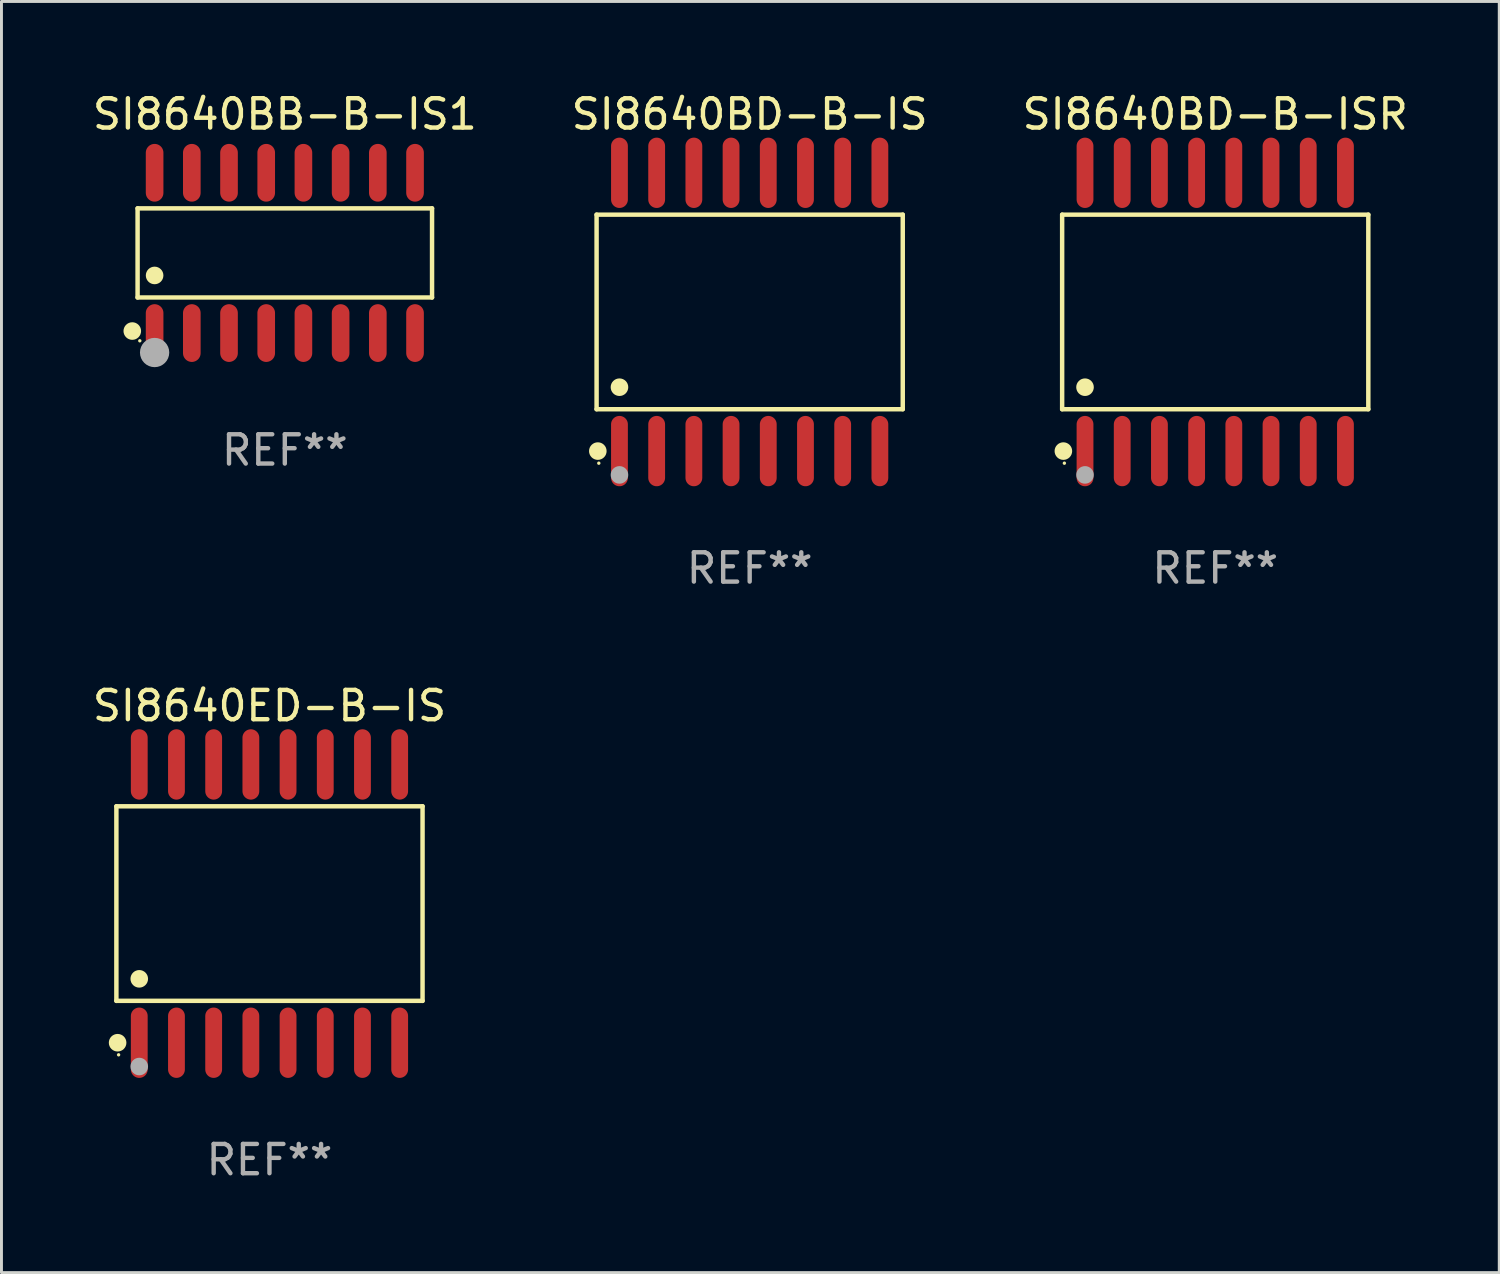
<source format=kicad_pcb>
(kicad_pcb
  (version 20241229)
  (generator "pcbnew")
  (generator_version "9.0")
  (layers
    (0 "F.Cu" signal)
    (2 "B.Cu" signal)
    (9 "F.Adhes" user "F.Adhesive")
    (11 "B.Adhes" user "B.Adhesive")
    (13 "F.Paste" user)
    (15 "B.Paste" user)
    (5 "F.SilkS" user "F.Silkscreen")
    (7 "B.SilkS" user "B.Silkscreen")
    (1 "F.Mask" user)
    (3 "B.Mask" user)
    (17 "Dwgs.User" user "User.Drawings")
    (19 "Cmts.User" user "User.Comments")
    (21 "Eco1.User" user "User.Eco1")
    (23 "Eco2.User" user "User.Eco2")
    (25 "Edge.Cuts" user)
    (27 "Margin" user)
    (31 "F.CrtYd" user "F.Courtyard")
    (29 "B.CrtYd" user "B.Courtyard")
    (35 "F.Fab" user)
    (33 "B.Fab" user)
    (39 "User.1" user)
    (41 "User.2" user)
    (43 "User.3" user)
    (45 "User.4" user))
  (footprint "SI8640BB-B-IS1"
    (layer "F.Cu")
    (at 6.673 5.584)
    (property "Reference" "SI8640BB-B-IS1" (at 0 -4.736 0) (layer "F.SilkS") (effects (font (size 1 1) (thickness 0.15))))
    (attr through_hole)
    (fp_line (start -5.026 -1.521) (end 5.026 -1.521) (stroke (width 0.152) (type solid)) (layer "F.SilkS"))
    (fp_line (start -5.026 1.521) (end -5.026 -1.521) (stroke (width 0.152) (type solid)) (layer "F.SilkS"))
    (fp_line (start 5.026 -1.521) (end 5.026 1.521) (stroke (width 0.152) (type solid)) (layer "F.SilkS"))
    (fp_line (start 5.026 1.521) (end -5.026 1.521) (stroke (width 0.152) (type solid)) (layer "F.SilkS"))
    (fp_circle (center -5.207 2.667) (end -5.057 2.667) (stroke (width 0.3) (type solid)) (fill no) (layer "F.SilkS"))
    (fp_circle (center -4.95 3) (end -4.92 3) (stroke (width 0.06) (type solid)) (fill no) (layer "F.SilkS"))
    (fp_circle (center -4.445 0.769) (end -4.295 0.769) (stroke (width 0.3) (type solid)) (fill no) (layer "F.SilkS"))
    (fp_circle (center -4.445 3.4) (end -4.195 3.4) (stroke (width 0.5) (type solid)) (fill no) (layer "F.Fab"))
    (fp_text user "REF**" (at 0 6.736 0) (layer "F.Fab") (effects (font (size 1 1) (thickness 0.15))))
    (pad "1" smd oval (at -4.445 2.736) (size 0.602 1.971) (layers "F.Cu" "F.Mask" "F.Paste"))
    (pad "2" smd oval (at -3.175 2.736) (size 0.602 1.971) (layers "F.Cu" "F.Mask" "F.Paste"))
    (pad "3" smd oval (at -1.905 2.736) (size 0.602 1.971) (layers "F.Cu" "F.Mask" "F.Paste"))
    (pad "4" smd oval (at -0.635 2.736) (size 0.602 1.971) (layers "F.Cu" "F.Mask" "F.Paste"))
    (pad "5" smd oval (at 0.635 2.736) (size 0.602 1.971) (layers "F.Cu" "F.Mask" "F.Paste"))
    (pad "6" smd oval (at 1.905 2.736) (size 0.602 1.971) (layers "F.Cu" "F.Mask" "F.Paste"))
    (pad "7" smd oval (at 3.175 2.736) (size 0.602 1.971) (layers "F.Cu" "F.Mask" "F.Paste"))
    (pad "8" smd oval (at 4.445 2.736) (size 0.602 1.971) (layers "F.Cu" "F.Mask" "F.Paste"))
    (pad "9" smd oval (at 4.445 -2.736) (size 0.602 1.971) (layers "F.Cu" "F.Mask" "F.Paste"))
    (pad "10" smd oval (at 3.175 -2.736) (size 0.602 1.971) (layers "F.Cu" "F.Mask" "F.Paste"))
    (pad "11" smd oval (at 1.905 -2.736) (size 0.602 1.971) (layers "F.Cu" "F.Mask" "F.Paste"))
    (pad "12" smd oval (at 0.635 -2.736) (size 0.602 1.971) (layers "F.Cu" "F.Mask" "F.Paste"))
    (pad "13" smd oval (at -0.635 -2.736) (size 0.602 1.971) (layers "F.Cu" "F.Mask" "F.Paste"))
    (pad "14" smd oval (at -1.905 -2.736) (size 0.602 1.971) (layers "F.Cu" "F.Mask" "F.Paste"))
    (pad "15" smd oval (at -3.175 -2.736) (size 0.602 1.971) (layers "F.Cu" "F.Mask" "F.Paste"))
    (pad "16" smd oval (at -4.445 -2.736) (size 0.602 1.971) (layers "F.Cu" "F.Mask" "F.Paste")))
  (footprint "SI8640BD-B-IS"
    (layer "F.Cu")
    (at 22.542 7.599)
    (property "Reference" "SI8640BD-B-IS" (at 0 -6.75 0) (layer "F.SilkS") (effects (font (size 1 1) (thickness 0.15))))
    (attr through_hole)
    (fp_line (start -5.226 -3.321) (end 5.226 -3.321) (stroke (width 0.152) (type solid)) (layer "F.SilkS"))
    (fp_line (start -5.226 3.321) (end -5.226 -3.321) (stroke (width 0.152) (type solid)) (layer "F.SilkS"))
    (fp_line (start 5.226 -3.321) (end 5.226 3.321) (stroke (width 0.152) (type solid)) (layer "F.SilkS"))
    (fp_line (start 5.226 3.321) (end -5.226 3.321) (stroke (width 0.152) (type solid)) (layer "F.SilkS"))
    (fp_circle (center -5.184 4.75) (end -5.034 4.75) (stroke (width 0.3) (type solid)) (fill no) (layer "F.SilkS"))
    (fp_circle (center -5.15 5.163) (end -5.12 5.163) (stroke (width 0.06) (type solid)) (fill no) (layer "F.SilkS"))
    (fp_circle (center -4.445 2.569) (end -4.295 2.569) (stroke (width 0.3) (type solid)) (fill no) (layer "F.SilkS"))
    (fp_circle (center -4.445 5.563) (end -4.295 5.563) (stroke (width 0.3) (type solid)) (fill no) (layer "F.Fab"))
    (fp_text user "REF**" (at 0 8.75 0) (layer "F.Fab") (effects (font (size 1 1) (thickness 0.15))))
    (pad "1" smd oval (at -4.445 4.75) (size 0.574 2.401) (layers "F.Cu" "F.Mask" "F.Paste"))
    (pad "2" smd oval (at -3.175 4.75) (size 0.574 2.401) (layers "F.Cu" "F.Mask" "F.Paste"))
    (pad "3" smd oval (at -1.905 4.75) (size 0.574 2.401) (layers "F.Cu" "F.Mask" "F.Paste"))
    (pad "4" smd oval (at -0.635 4.75) (size 0.574 2.401) (layers "F.Cu" "F.Mask" "F.Paste"))
    (pad "5" smd oval (at 0.635 4.75) (size 0.574 2.401) (layers "F.Cu" "F.Mask" "F.Paste"))
    (pad "6" smd oval (at 1.905 4.75) (size 0.574 2.401) (layers "F.Cu" "F.Mask" "F.Paste"))
    (pad "7" smd oval (at 3.175 4.75) (size 0.574 2.401) (layers "F.Cu" "F.Mask" "F.Paste"))
    (pad "8" smd oval (at 4.445 4.75) (size 0.574 2.401) (layers "F.Cu" "F.Mask" "F.Paste"))
    (pad "9" smd oval (at 4.445 -4.75) (size 0.574 2.401) (layers "F.Cu" "F.Mask" "F.Paste"))
    (pad "10" smd oval (at 3.175 -4.75) (size 0.574 2.401) (layers "F.Cu" "F.Mask" "F.Paste"))
    (pad "11" smd oval (at 1.905 -4.75) (size 0.574 2.401) (layers "F.Cu" "F.Mask" "F.Paste"))
    (pad "12" smd oval (at 0.635 -4.75) (size 0.574 2.401) (layers "F.Cu" "F.Mask" "F.Paste"))
    (pad "13" smd oval (at -0.635 -4.75) (size 0.574 2.401) (layers "F.Cu" "F.Mask" "F.Paste"))
    (pad "14" smd oval (at -1.905 -4.75) (size 0.574 2.401) (layers "F.Cu" "F.Mask" "F.Paste"))
    (pad "15" smd oval (at -3.175 -4.75) (size 0.574 2.401) (layers "F.Cu" "F.Mask" "F.Paste"))
    (pad "16" smd oval (at -4.445 -4.75) (size 0.574 2.401) (layers "F.Cu" "F.Mask" "F.Paste")))
  (footprint "SI8640ED-B-IS"
    (layer "F.Cu")
    (at 6.149 27.796)
    (property "Reference" "SI8640ED-B-IS" (at 0 -6.75 0) (layer "F.SilkS") (effects (font (size 1 1) (thickness 0.15))))
    (attr through_hole)
    (fp_line (start -5.226 -3.321) (end 5.226 -3.321) (stroke (width 0.152) (type solid)) (layer "F.SilkS"))
    (fp_line (start -5.226 3.321) (end -5.226 -3.321) (stroke (width 0.152) (type solid)) (layer "F.SilkS"))
    (fp_line (start 5.226 -3.321) (end 5.226 3.321) (stroke (width 0.152) (type solid)) (layer "F.SilkS"))
    (fp_line (start 5.226 3.321) (end -5.226 3.321) (stroke (width 0.152) (type solid)) (layer "F.SilkS"))
    (fp_circle (center -5.184 4.75) (end -5.034 4.75) (stroke (width 0.3) (type solid)) (fill no) (layer "F.SilkS"))
    (fp_circle (center -5.15 5.163) (end -5.12 5.163) (stroke (width 0.06) (type solid)) (fill no) (layer "F.SilkS"))
    (fp_circle (center -4.445 2.569) (end -4.295 2.569) (stroke (width 0.3) (type solid)) (fill no) (layer "F.SilkS"))
    (fp_circle (center -4.445 5.563) (end -4.295 5.563) (stroke (width 0.3) (type solid)) (fill no) (layer "F.Fab"))
    (fp_text user "REF**" (at 0 8.75 0) (layer "F.Fab") (effects (font (size 1 1) (thickness 0.15))))
    (pad "1" smd oval (at -4.445 4.75) (size 0.574 2.401) (layers "F.Cu" "F.Mask" "F.Paste"))
    (pad "2" smd oval (at -3.175 4.75) (size 0.574 2.401) (layers "F.Cu" "F.Mask" "F.Paste"))
    (pad "3" smd oval (at -1.905 4.75) (size 0.574 2.401) (layers "F.Cu" "F.Mask" "F.Paste"))
    (pad "4" smd oval (at -0.635 4.75) (size 0.574 2.401) (layers "F.Cu" "F.Mask" "F.Paste"))
    (pad "5" smd oval (at 0.635 4.75) (size 0.574 2.401) (layers "F.Cu" "F.Mask" "F.Paste"))
    (pad "6" smd oval (at 1.905 4.75) (size 0.574 2.401) (layers "F.Cu" "F.Mask" "F.Paste"))
    (pad "7" smd oval (at 3.175 4.75) (size 0.574 2.401) (layers "F.Cu" "F.Mask" "F.Paste"))
    (pad "8" smd oval (at 4.445 4.75) (size 0.574 2.401) (layers "F.Cu" "F.Mask" "F.Paste"))
    (pad "9" smd oval (at 4.445 -4.75) (size 0.574 2.401) (layers "F.Cu" "F.Mask" "F.Paste"))
    (pad "10" smd oval (at 3.175 -4.75) (size 0.574 2.401) (layers "F.Cu" "F.Mask" "F.Paste"))
    (pad "11" smd oval (at 1.905 -4.75) (size 0.574 2.401) (layers "F.Cu" "F.Mask" "F.Paste"))
    (pad "12" smd oval (at 0.635 -4.75) (size 0.574 2.401) (layers "F.Cu" "F.Mask" "F.Paste"))
    (pad "13" smd oval (at -0.635 -4.75) (size 0.574 2.401) (layers "F.Cu" "F.Mask" "F.Paste"))
    (pad "14" smd oval (at -1.905 -4.75) (size 0.574 2.401) (layers "F.Cu" "F.Mask" "F.Paste"))
    (pad "15" smd oval (at -3.175 -4.75) (size 0.574 2.401) (layers "F.Cu" "F.Mask" "F.Paste"))
    (pad "16" smd oval (at -4.445 -4.75) (size 0.574 2.401) (layers "F.Cu" "F.Mask" "F.Paste")))
  (footprint "SI8640BD-B-ISR"
    (layer "F.Cu")
    (at 38.435 7.599)
    (property "Reference" "SI8640BD-B-ISR" (at 0 -6.75 0) (layer "F.SilkS") (effects (font (size 1 1) (thickness 0.15))))
    (attr through_hole)
    (fp_line (start -5.226 -3.321) (end 5.226 -3.321) (stroke (width 0.152) (type solid)) (layer "F.SilkS"))
    (fp_line (start -5.226 3.321) (end -5.226 -3.321) (stroke (width 0.152) (type solid)) (layer "F.SilkS"))
    (fp_line (start 5.226 -3.321) (end 5.226 3.321) (stroke (width 0.152) (type solid)) (layer "F.SilkS"))
    (fp_line (start 5.226 3.321) (end -5.226 3.321) (stroke (width 0.152) (type solid)) (layer "F.SilkS"))
    (fp_circle (center -5.184 4.75) (end -5.034 4.75) (stroke (width 0.3) (type solid)) (fill no) (layer "F.SilkS"))
    (fp_circle (center -5.15 5.163) (end -5.12 5.163) (stroke (width 0.06) (type solid)) (fill no) (layer "F.SilkS"))
    (fp_circle (center -4.445 2.569) (end -4.295 2.569) (stroke (width 0.3) (type solid)) (fill no) (layer "F.SilkS"))
    (fp_circle (center -4.445 5.563) (end -4.295 5.563) (stroke (width 0.3) (type solid)) (fill no) (layer "F.Fab"))
    (fp_text user "REF**" (at 0 8.75 0) (layer "F.Fab") (effects (font (size 1 1) (thickness 0.15))))
    (pad "1" smd oval (at -4.445 4.75) (size 0.574 2.401) (layers "F.Cu" "F.Mask" "F.Paste"))
    (pad "2" smd oval (at -3.175 4.75) (size 0.574 2.401) (layers "F.Cu" "F.Mask" "F.Paste"))
    (pad "3" smd oval (at -1.905 4.75) (size 0.574 2.401) (layers "F.Cu" "F.Mask" "F.Paste"))
    (pad "4" smd oval (at -0.635 4.75) (size 0.574 2.401) (layers "F.Cu" "F.Mask" "F.Paste"))
    (pad "5" smd oval (at 0.635 4.75) (size 0.574 2.401) (layers "F.Cu" "F.Mask" "F.Paste"))
    (pad "6" smd oval (at 1.905 4.75) (size 0.574 2.401) (layers "F.Cu" "F.Mask" "F.Paste"))
    (pad "7" smd oval (at 3.175 4.75) (size 0.574 2.401) (layers "F.Cu" "F.Mask" "F.Paste"))
    (pad "8" smd oval (at 4.445 4.75) (size 0.574 2.401) (layers "F.Cu" "F.Mask" "F.Paste"))
    (pad "9" smd oval (at 4.445 -4.75) (size 0.574 2.401) (layers "F.Cu" "F.Mask" "F.Paste"))
    (pad "10" smd oval (at 3.175 -4.75) (size 0.574 2.401) (layers "F.Cu" "F.Mask" "F.Paste"))
    (pad "11" smd oval (at 1.905 -4.75) (size 0.574 2.401) (layers "F.Cu" "F.Mask" "F.Paste"))
    (pad "12" smd oval (at 0.635 -4.75) (size 0.574 2.401) (layers "F.Cu" "F.Mask" "F.Paste"))
    (pad "13" smd oval (at -0.635 -4.75) (size 0.574 2.401) (layers "F.Cu" "F.Mask" "F.Paste"))
    (pad "14" smd oval (at -1.905 -4.75) (size 0.574 2.401) (layers "F.Cu" "F.Mask" "F.Paste"))
    (pad "15" smd oval (at -3.175 -4.75) (size 0.574 2.401) (layers "F.Cu" "F.Mask" "F.Paste"))
    (pad "16" smd oval (at -4.445 -4.75) (size 0.574 2.401) (layers "F.Cu" "F.Mask" "F.Paste")))
  (gr_rect
    (start -3 -3)
    (end 48.131 40.394)
    (stroke (width 0.1) (type default))
    (fill no)
    (layer "Edge.Cuts")))
</source>
